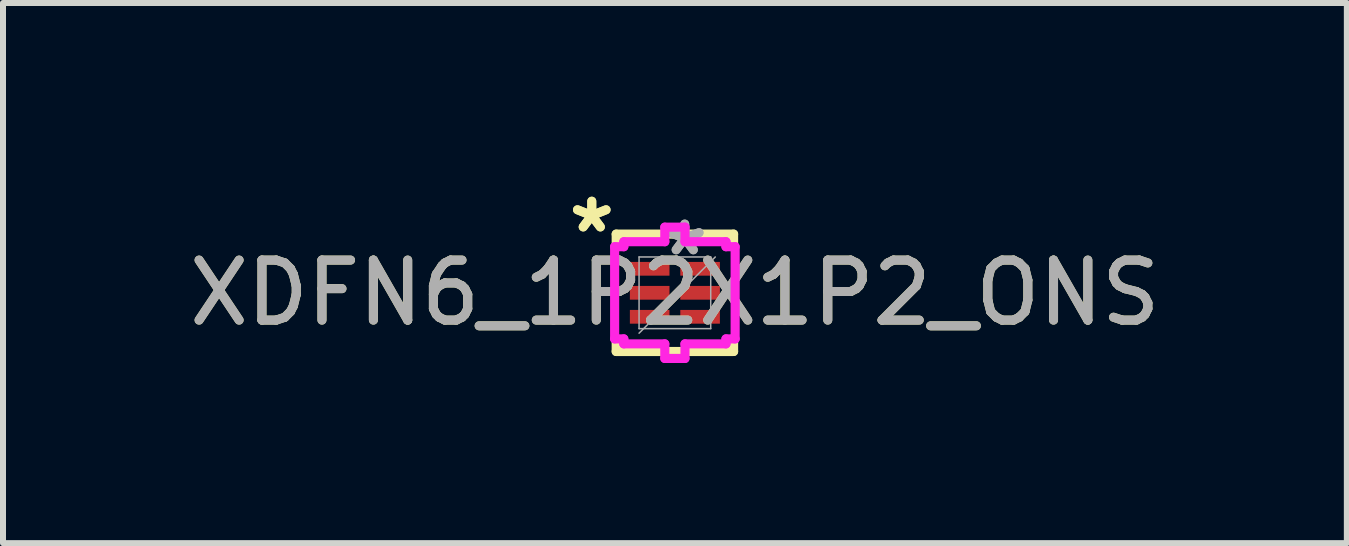
<source format=kicad_pcb>
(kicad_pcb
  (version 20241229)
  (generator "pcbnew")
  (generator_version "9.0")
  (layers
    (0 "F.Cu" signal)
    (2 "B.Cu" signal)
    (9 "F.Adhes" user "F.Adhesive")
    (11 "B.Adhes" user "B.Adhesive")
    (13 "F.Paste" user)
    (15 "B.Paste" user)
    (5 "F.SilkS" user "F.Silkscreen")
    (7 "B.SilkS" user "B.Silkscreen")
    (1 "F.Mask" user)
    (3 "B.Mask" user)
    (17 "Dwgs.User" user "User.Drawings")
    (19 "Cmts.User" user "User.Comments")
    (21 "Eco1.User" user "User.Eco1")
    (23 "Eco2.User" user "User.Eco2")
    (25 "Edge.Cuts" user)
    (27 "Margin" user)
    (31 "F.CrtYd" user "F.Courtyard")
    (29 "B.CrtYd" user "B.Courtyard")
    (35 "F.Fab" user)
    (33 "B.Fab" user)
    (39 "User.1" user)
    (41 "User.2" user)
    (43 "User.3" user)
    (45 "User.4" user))
  (footprint "XDFN6_1P2X1P2_ONS"
    (layer "F.Cu")
    (at 8.196 1.829)
    (property "Reference" "XDFN6_1P2X1P2_ONS" (at 0 0 0) (unlocked yes) (layer "F.SilkS") (effects (font (size 1 1) (thickness 0.15))))
    (attr smd)
    (fp_line (start -0.978 -0.978) (end -0.978 -0.757) (stroke (width 0.152) (type solid)) (layer "F.SilkS"))
    (fp_line (start -0.978 0.757) (end -0.978 0.978) (stroke (width 0.152) (type solid)) (layer "F.SilkS"))
    (fp_line (start -0.978 0.978) (end 0.978 0.978) (stroke (width 0.152) (type solid)) (layer "F.SilkS"))
    (fp_line (start 0.978 -0.978) (end -0.978 -0.978) (stroke (width 0.152) (type solid)) (layer "F.SilkS"))
    (fp_line (start 0.978 -0.757) (end 0.978 -0.978) (stroke (width 0.152) (type solid)) (layer "F.SilkS"))
    (fp_line (start 0.978 0.978) (end 0.978 0.757) (stroke (width 0.152) (type solid)) (layer "F.SilkS"))
    (fp_line (start -1.004 -0.768) (end -0.851 -0.768) (stroke (width 0.152) (type solid)) (layer "F.CrtYd"))
    (fp_line (start -1.004 0.768) (end -1.004 -0.768) (stroke (width 0.152) (type solid)) (layer "F.CrtYd"))
    (fp_line (start -0.851 -0.851) (end -0.168 -0.851) (stroke (width 0.152) (type solid)) (layer "F.CrtYd"))
    (fp_line (start -0.851 -0.768) (end -0.851 -0.851) (stroke (width 0.152) (type solid)) (layer "F.CrtYd"))
    (fp_line (start -0.851 0.768) (end -1.004 0.768) (stroke (width 0.152) (type solid)) (layer "F.CrtYd"))
    (fp_line (start -0.851 0.851) (end -0.851 0.768) (stroke (width 0.152) (type solid)) (layer "F.CrtYd"))
    (fp_line (start -0.168 -1.094) (end 0.168 -1.094) (stroke (width 0.152) (type solid)) (layer "F.CrtYd"))
    (fp_line (start -0.168 -0.851) (end -0.168 -1.094) (stroke (width 0.152) (type solid)) (layer "F.CrtYd"))
    (fp_line (start -0.168 0.851) (end -0.851 0.851) (stroke (width 0.152) (type solid)) (layer "F.CrtYd"))
    (fp_line (start -0.168 1.094) (end -0.168 0.851) (stroke (width 0.152) (type solid)) (layer "F.CrtYd"))
    (fp_line (start 0.168 -1.094) (end 0.168 -0.851) (stroke (width 0.152) (type solid)) (layer "F.CrtYd"))
    (fp_line (start 0.168 -0.851) (end 0.851 -0.851) (stroke (width 0.152) (type solid)) (layer "F.CrtYd"))
    (fp_line (start 0.168 0.851) (end 0.168 1.094) (stroke (width 0.152) (type solid)) (layer "F.CrtYd"))
    (fp_line (start 0.168 1.094) (end -0.168 1.094) (stroke (width 0.152) (type solid)) (layer "F.CrtYd"))
    (fp_line (start 0.851 -0.851) (end 0.851 -0.768) (stroke (width 0.152) (type solid)) (layer "F.CrtYd"))
    (fp_line (start 0.851 -0.768) (end 1.004 -0.768) (stroke (width 0.152) (type solid)) (layer "F.CrtYd"))
    (fp_line (start 0.851 0.768) (end 0.851 0.851) (stroke (width 0.152) (type solid)) (layer "F.CrtYd"))
    (fp_line (start 0.851 0.851) (end 0.168 0.851) (stroke (width 0.152) (type solid)) (layer "F.CrtYd"))
    (fp_line (start 1.004 -0.768) (end 1.004 0.768) (stroke (width 0.152) (type solid)) (layer "F.CrtYd"))
    (fp_line (start 1.004 0.768) (end 0.851 0.768) (stroke (width 0.152) (type solid)) (layer "F.CrtYd"))
    (fp_line (start -0.597 -0.597) (end -0.597 0.597) (stroke (width 0.025) (type solid)) (layer "F.Fab"))
    (fp_line (start -0.597 0.597) (end 0.597 0.597) (stroke (width 0.025) (type solid)) (layer "F.Fab"))
    (fp_line (start -0.597 0.673) (end 0.673 -0.597) (stroke (width 0.025) (type solid)) (layer "F.Fab"))
    (fp_line (start 0.597 -0.597) (end -0.597 -0.597) (stroke (width 0.025) (type solid)) (layer "F.Fab"))
    (fp_line (start 0.597 0.597) (end 0.597 -0.597) (stroke (width 0.025) (type solid)) (layer "F.Fab"))
    (fp_text user "*" (at -1.385 -0.981 0) (layer "F.SilkS") (effects (font (size 1 1) (thickness 0.15))))
    (fp_text user "*" (at -1.385 -0.981 0) (unlocked yes) (layer "F.SilkS") (effects (font (size 1 1) (thickness 0.15))))
    (fp_text user "${REFERENCE}" (at 0 0 0) (unlocked yes) (layer "F.Fab") (effects (font (size 1 1) (thickness 0.15))))
    (fp_text user "*" (at 0.164 -0.6 0) (unlocked yes) (layer "F.Fab") (effects (font (size 1 1) (thickness 0.15))))
    (fp_text user "*" (at 0.164 -0.6 0) (layer "F.Fab") (effects (font (size 1 1) (thickness 0.15))))
    (pad "1" smd rect (at -0.42 -0.4 90) (size 0.229 0.66) (layers "F.Cu" "F.Mask" "F.Paste"))
    (pad "2" smd rect (at -0.42 0 90) (size 0.229 0.66) (layers "F.Cu" "F.Mask" "F.Paste"))
    (pad "3" smd rect (at -0.42 0.4 90) (size 0.229 0.66) (layers "F.Cu" "F.Mask" "F.Paste"))
    (pad "4" smd rect (at 0.42 0.4 90) (size 0.229 0.66) (layers "F.Cu" "F.Mask" "F.Paste"))
    (pad "5" smd rect (at 0.42 0 90) (size 0.229 0.66) (layers "F.Cu" "F.Mask" "F.Paste"))
    (pad "6" smd rect (at 0.42 -0.4 90) (size 0.229 0.66) (layers "F.Cu" "F.Mask" "F.Paste")))
  (gr_rect
    (start -3 -3)
    (end 19.393 6)
    (stroke (width 0.1) (type default))
    (fill no)
    (layer "Edge.Cuts")))
</source>
